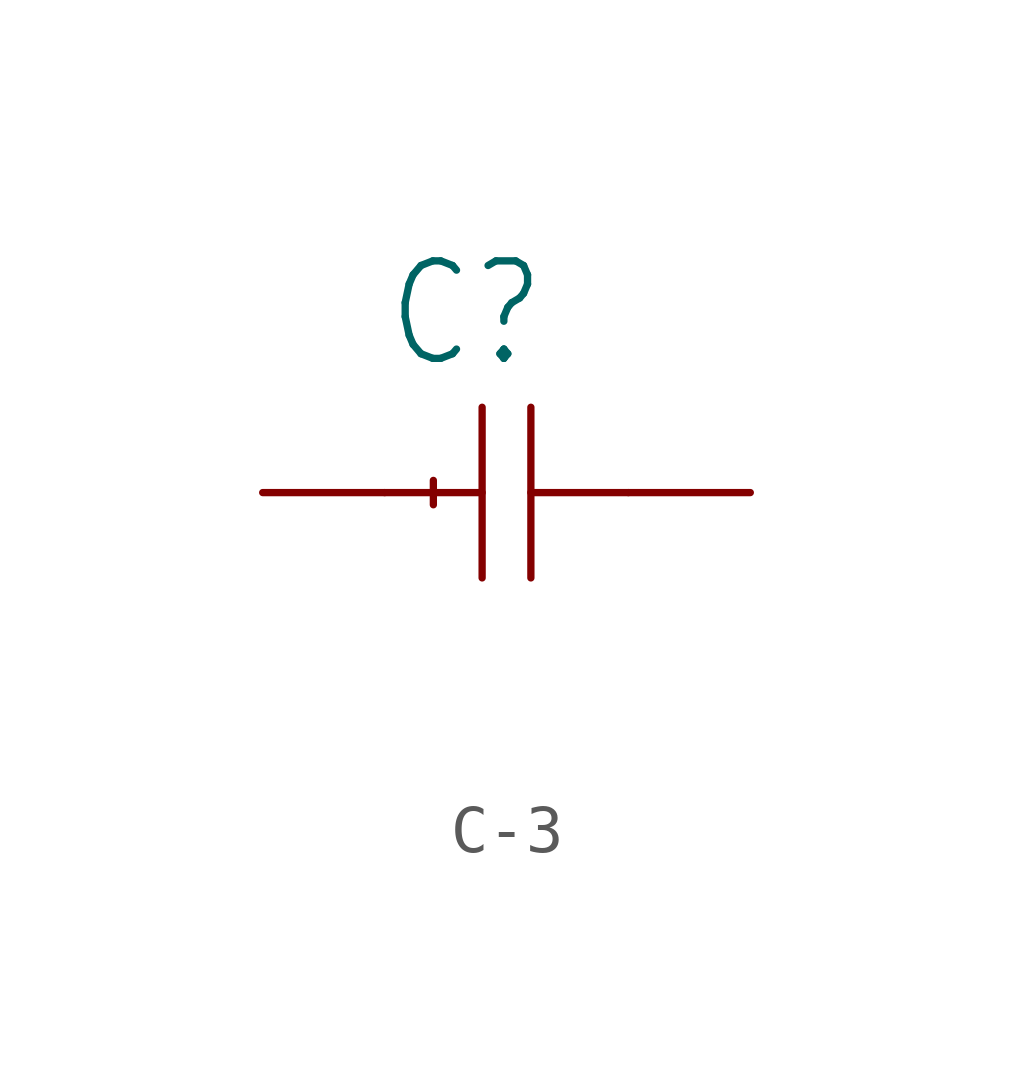
<source format=kicad_sym>
(kicad_symbol_lib
  (version 20241209)
  (generator "kicad_symbol_editor")
  (generator_version "9.0")
  (symbol "C-3"
    (property "Reference" "C"
      (at -2.54 2.54 0)
      (effects (font (size 2.032 1.727)) (justify left bottom)))
    (property "Value" ""
      (at -2.54 -5.08 0)
      (effects (font (size 2.032 1.727)) (justify left bottom)))
    (property "ki_locked" ""
      (at 0 0 0)
      (effects (font (size 1.27 1.27))))
    (symbol "C-3_1_0"
      (polyline (pts (xy -2.54 0) (xy -0.508 0)) (stroke (width 0.152) (type solid)) (fill (type none)))
      (polyline (pts (xy -1.524 0.254) (xy -1.524 -0.254)) (stroke (width 0.152) (type solid)) (fill (type none)))
      (polyline (pts (xy -0.508 1.778) (xy -0.508 -1.778)) (stroke (width 0.152) (type solid)) (fill (type none)))
      (polyline (pts (xy 0.508 1.778) (xy 0.508 -1.778)) (stroke (width 0.152) (type solid)) (fill (type none)))
      (polyline (pts (xy 2.54 0) (xy 0.508 0)) (stroke (width 0.152) (type solid)) (fill (type none)))
      (pin passive line (at -5.08 0 0) (length 2.54) (name "1" (effects (font (size 0 0)))) (number "1" (effects (font (size 0 0)))))
      (pin passive line (at 5.08 0 180) (length 2.54) (name "2" (effects (font (size 0 0)))) (number "2" (effects (font (size 0 0))))))))
</source>
